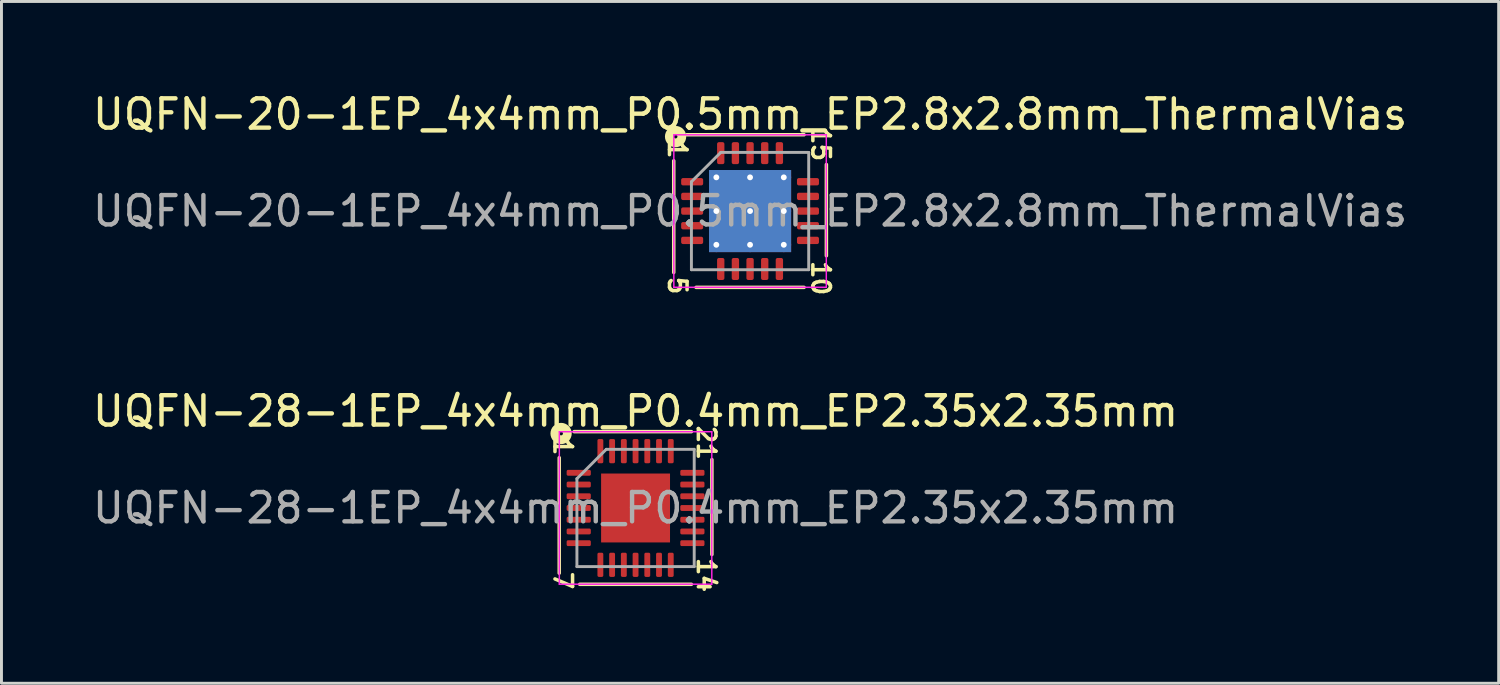
<source format=kicad_pcb>
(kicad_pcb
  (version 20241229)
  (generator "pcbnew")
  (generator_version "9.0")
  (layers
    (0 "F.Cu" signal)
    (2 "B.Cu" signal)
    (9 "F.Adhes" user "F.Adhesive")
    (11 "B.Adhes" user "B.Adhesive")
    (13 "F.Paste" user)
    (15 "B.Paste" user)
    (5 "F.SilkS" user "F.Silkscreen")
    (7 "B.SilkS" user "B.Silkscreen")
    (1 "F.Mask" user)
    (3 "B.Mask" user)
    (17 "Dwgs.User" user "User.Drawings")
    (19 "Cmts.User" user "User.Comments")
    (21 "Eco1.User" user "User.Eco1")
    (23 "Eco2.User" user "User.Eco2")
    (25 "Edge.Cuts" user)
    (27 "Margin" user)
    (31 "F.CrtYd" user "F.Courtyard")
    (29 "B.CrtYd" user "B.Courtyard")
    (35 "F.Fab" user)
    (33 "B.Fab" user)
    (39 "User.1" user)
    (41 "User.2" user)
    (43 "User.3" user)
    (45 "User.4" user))
  (footprint "UQFN-28-1EP_4x4mm_P0.4mm_EP2.35x2.35mm"
    (layer "F.Cu")
    (at 18.625 14.274)
    (property "Reference" "UQFN-28-1EP_4x4mm_P0.4mm_EP2.35x2.35mm" (at 0 -3.3 0) (layer "F.SilkS") (effects (font (size 1 1) (thickness 0.15))))
    (attr smd)
    (fp_line (start -2.603 -1.714) (end -2.603 2.223) (stroke (width 0.12) (type solid)) (layer "F.SilkS"))
    (fp_line (start -1.905 2.603) (end 1.905 2.603) (stroke (width 0.12) (type solid)) (layer "F.SilkS"))
    (fp_line (start 1.905 -2.603) (end -2.095 -2.603) (stroke (width 0.12) (type solid)) (layer "F.SilkS"))
    (fp_line (start 2.603 1.587) (end 2.603 -1.651) (stroke (width 0.12) (type solid)) (layer "F.SilkS"))
    (fp_circle (center -2.54 -2.54) (end -2.477 -2.54) (stroke (width 0.3) (type solid)) (fill no) (layer "F.SilkS"))
    (fp_line (start -2.6 -2.6) (end -2.6 2.6) (stroke (width 0.05) (type solid)) (layer "F.CrtYd"))
    (fp_line (start -2.6 2.6) (end 2.6 2.6) (stroke (width 0.05) (type solid)) (layer "F.CrtYd"))
    (fp_line (start 2.6 -2.6) (end -2.6 -2.6) (stroke (width 0.05) (type solid)) (layer "F.CrtYd"))
    (fp_line (start 2.6 2.6) (end 2.6 -2.6) (stroke (width 0.05) (type solid)) (layer "F.CrtYd"))
    (fp_line (start -2 -1) (end -1 -2) (stroke (width 0.1) (type solid)) (layer "F.Fab"))
    (fp_line (start -2 2) (end -2 -1) (stroke (width 0.1) (type solid)) (layer "F.Fab"))
    (fp_line (start -1 -2) (end 2 -2) (stroke (width 0.1) (type solid)) (layer "F.Fab"))
    (fp_line (start 2 -2) (end 2 2) (stroke (width 0.1) (type solid)) (layer "F.Fab"))
    (fp_line (start 2 2) (end -2 2) (stroke (width 0.1) (type solid)) (layer "F.Fab"))
    (fp_text user "1" (at -2.477 -2.095 270) (unlocked yes) (layer "F.SilkS") (effects (font (size 0.6 0.6) (thickness 0.12))))
    (fp_text user "21" (at 2.413 -2.223 270) (unlocked yes) (layer "F.SilkS") (effects (font (size 0.6 0.6) (thickness 0.12))))
    (fp_text user "14" (at 2.413 2.286 270) (unlocked yes) (layer "F.SilkS") (effects (font (size 0.6 0.6) (thickness 0.12))))
    (fp_text user "7" (at -2.477 2.477 270) (unlocked yes) (layer "F.SilkS") (effects (font (size 0.6 0.6) (thickness 0.12))))
    (fp_text user "${REFERENCE}" (at 0 0 0) (layer "F.Fab") (effects (font (size 1 1) (thickness 0.15))))
    (pad "" smd roundrect (at -0.59 -0.59) (size 0.95 0.95) (layers "F.Paste") (roundrect_rratio 0.25))
    (pad "" smd roundrect (at -0.59 0.59) (size 0.95 0.95) (layers "F.Paste") (roundrect_rratio 0.25))
    (pad "" smd roundrect (at 0.59 -0.59) (size 0.95 0.95) (layers "F.Paste") (roundrect_rratio 0.25))
    (pad "" smd roundrect (at 0.59 0.59) (size 0.95 0.95) (layers "F.Paste") (roundrect_rratio 0.25))
    (pad "1" smd roundrect (at -1.938 -1.2) (size 0.825 0.2) (layers "F.Cu" "F.Mask" "F.Paste") (roundrect_rratio 0.25))
    (pad "2" smd roundrect (at -1.938 -0.8) (size 0.825 0.2) (layers "F.Cu" "F.Mask" "F.Paste") (roundrect_rratio 0.25))
    (pad "3" smd roundrect (at -1.938 -0.4) (size 0.825 0.2) (layers "F.Cu" "F.Mask" "F.Paste") (roundrect_rratio 0.25))
    (pad "4" smd roundrect (at -1.938 0) (size 0.825 0.2) (layers "F.Cu" "F.Mask" "F.Paste") (roundrect_rratio 0.25))
    (pad "5" smd roundrect (at -1.938 0.4) (size 0.825 0.2) (layers "F.Cu" "F.Mask" "F.Paste") (roundrect_rratio 0.25))
    (pad "6" smd roundrect (at -1.938 0.8) (size 0.825 0.2) (layers "F.Cu" "F.Mask" "F.Paste") (roundrect_rratio 0.25))
    (pad "7" smd roundrect (at -1.938 1.2) (size 0.825 0.2) (layers "F.Cu" "F.Mask" "F.Paste") (roundrect_rratio 0.25))
    (pad "8" smd roundrect (at -1.2 1.938) (size 0.2 0.825) (layers "F.Cu" "F.Mask" "F.Paste") (roundrect_rratio 0.25))
    (pad "9" smd roundrect (at -0.8 1.938) (size 0.2 0.825) (layers "F.Cu" "F.Mask" "F.Paste") (roundrect_rratio 0.25))
    (pad "10" smd roundrect (at -0.4 1.938) (size 0.2 0.825) (layers "F.Cu" "F.Mask" "F.Paste") (roundrect_rratio 0.25))
    (pad "11" smd roundrect (at 0 1.938) (size 0.2 0.825) (layers "F.Cu" "F.Mask" "F.Paste") (roundrect_rratio 0.25))
    (pad "12" smd roundrect (at 0.4 1.938) (size 0.2 0.825) (layers "F.Cu" "F.Mask" "F.Paste") (roundrect_rratio 0.25))
    (pad "13" smd roundrect (at 0.8 1.938) (size 0.2 0.825) (layers "F.Cu" "F.Mask" "F.Paste") (roundrect_rratio 0.25))
    (pad "14" smd roundrect (at 1.2 1.938) (size 0.2 0.825) (layers "F.Cu" "F.Mask" "F.Paste") (roundrect_rratio 0.25))
    (pad "15" smd roundrect (at 1.938 1.2) (size 0.825 0.2) (layers "F.Cu" "F.Mask" "F.Paste") (roundrect_rratio 0.25))
    (pad "16" smd roundrect (at 1.938 0.8) (size 0.825 0.2) (layers "F.Cu" "F.Mask" "F.Paste") (roundrect_rratio 0.25))
    (pad "17" smd roundrect (at 1.938 0.4) (size 0.825 0.2) (layers "F.Cu" "F.Mask" "F.Paste") (roundrect_rratio 0.25))
    (pad "18" smd roundrect (at 1.938 0) (size 0.825 0.2) (layers "F.Cu" "F.Mask" "F.Paste") (roundrect_rratio 0.25))
    (pad "19" smd roundrect (at 1.938 -0.4) (size 0.825 0.2) (layers "F.Cu" "F.Mask" "F.Paste") (roundrect_rratio 0.25))
    (pad "20" smd roundrect (at 1.938 -0.8) (size 0.825 0.2) (layers "F.Cu" "F.Mask" "F.Paste") (roundrect_rratio 0.25))
    (pad "21" smd roundrect (at 1.938 -1.2) (size 0.825 0.2) (layers "F.Cu" "F.Mask" "F.Paste") (roundrect_rratio 0.25))
    (pad "22" smd roundrect (at 1.2 -1.938) (size 0.2 0.825) (layers "F.Cu" "F.Mask" "F.Paste") (roundrect_rratio 0.25))
    (pad "23" smd roundrect (at 0.8 -1.938) (size 0.2 0.825) (layers "F.Cu" "F.Mask" "F.Paste") (roundrect_rratio 0.25))
    (pad "24" smd roundrect (at 0.4 -1.938) (size 0.2 0.825) (layers "F.Cu" "F.Mask" "F.Paste") (roundrect_rratio 0.25))
    (pad "25" smd roundrect (at 0 -1.938) (size 0.2 0.825) (layers "F.Cu" "F.Mask" "F.Paste") (roundrect_rratio 0.25))
    (pad "26" smd roundrect (at -0.4 -1.938) (size 0.2 0.825) (layers "F.Cu" "F.Mask" "F.Paste") (roundrect_rratio 0.25))
    (pad "27" smd roundrect (at -0.8 -1.938) (size 0.2 0.825) (layers "F.Cu" "F.Mask" "F.Paste") (roundrect_rratio 0.25))
    (pad "28" smd roundrect (at -1.2 -1.938) (size 0.2 0.825) (layers "F.Cu" "F.Mask" "F.Paste") (roundrect_rratio 0.25))
    (pad "29" smd rect (at 0 0) (size 2.35 2.35) (layers "F.Cu" "F.Mask")))
  (footprint "UQFN-20-1EP_4x4mm_P0.5mm_EP2.8x2.8mm_ThermalVias"
    (layer "F.Cu")
    (at 22.53 4.148)
    (property "Reference" "UQFN-20-1EP_4x4mm_P0.5mm_EP2.8x2.8mm_ThermalVias" (at 0 -3.3 0) (layer "F.SilkS") (effects (font (size 1 1) (thickness 0.15))))
    (attr smd)
    (fp_line (start -2.603 -1.714) (end -2.603 2.095) (stroke (width 0.12) (type solid)) (layer "F.SilkS"))
    (fp_line (start -1.841 2.603) (end 1.841 2.603) (stroke (width 0.12) (type solid)) (layer "F.SilkS"))
    (fp_line (start 1.841 -2.603) (end -2.159 -2.603) (stroke (width 0.12) (type solid)) (layer "F.SilkS"))
    (fp_line (start 2.603 1.524) (end 2.603 -1.587) (stroke (width 0.12) (type solid)) (layer "F.SilkS"))
    (fp_circle (center -2.54 -2.54) (end -2.477 -2.54) (stroke (width 0.3) (type solid)) (fill no) (layer "F.SilkS"))
    (fp_line (start -2.6 -2.6) (end -2.6 2.6) (stroke (width 0.05) (type solid)) (layer "F.CrtYd"))
    (fp_line (start -2.6 2.6) (end 2.6 2.6) (stroke (width 0.05) (type solid)) (layer "F.CrtYd"))
    (fp_line (start 2.6 -2.6) (end -2.6 -2.6) (stroke (width 0.05) (type solid)) (layer "F.CrtYd"))
    (fp_line (start 2.6 2.6) (end 2.6 -2.6) (stroke (width 0.05) (type solid)) (layer "F.CrtYd"))
    (fp_line (start -2 -1) (end -1 -2) (stroke (width 0.1) (type solid)) (layer "F.Fab"))
    (fp_line (start -2 2) (end -2 -1) (stroke (width 0.1) (type solid)) (layer "F.Fab"))
    (fp_line (start -1 -2) (end 2 -2) (stroke (width 0.1) (type solid)) (layer "F.Fab"))
    (fp_line (start 2 -2) (end 2 2) (stroke (width 0.1) (type solid)) (layer "F.Fab"))
    (fp_line (start 2 2) (end -2 2) (stroke (width 0.1) (type solid)) (layer "F.Fab"))
    (fp_text user "1" (at -2.477 -2.095 270) (unlocked yes) (layer "F.SilkS") (effects (font (size 0.6 0.6) (thickness 0.12))))
    (fp_text user "5" (at -2.477 2.54 270) (unlocked yes) (layer "F.SilkS") (effects (font (size 0.6 0.6) (thickness 0.12))))
    (fp_text user "10" (at 2.413 2.286 270) (unlocked yes) (layer "F.SilkS") (effects (font (size 0.6 0.6) (thickness 0.12))))
    (fp_text user "15" (at 2.413 -2.286 270) (unlocked yes) (layer "F.SilkS") (effects (font (size 0.6 0.6) (thickness 0.12))))
    (fp_text user "${REFERENCE}" (at 0 0 0) (layer "F.Fab") (effects (font (size 1 1) (thickness 0.15))))
    (pad "" smd roundrect (at -0.7 -0.7) (size 1.17 1.17) (layers "F.Paste") (roundrect_rratio 0.214))
    (pad "" smd roundrect (at -0.7 0.7) (size 1.17 1.17) (layers "F.Paste") (roundrect_rratio 0.214))
    (pad "" smd roundrect (at 0.7 -0.7) (size 1.17 1.17) (layers "F.Paste") (roundrect_rratio 0.214))
    (pad "" smd roundrect (at 0.7 0.7) (size 1.17 1.17) (layers "F.Paste") (roundrect_rratio 0.214))
    (pad "1" smd roundrect (at -1.975 -1) (size 0.75 0.25) (layers "F.Cu" "F.Mask" "F.Paste") (roundrect_rratio 0.25))
    (pad "2" smd roundrect (at -1.975 -0.5) (size 0.75 0.25) (layers "F.Cu" "F.Mask" "F.Paste") (roundrect_rratio 0.25))
    (pad "3" smd roundrect (at -1.975 0) (size 0.75 0.25) (layers "F.Cu" "F.Mask" "F.Paste") (roundrect_rratio 0.25))
    (pad "4" smd roundrect (at -1.975 0.5) (size 0.75 0.25) (layers "F.Cu" "F.Mask" "F.Paste") (roundrect_rratio 0.25))
    (pad "5" smd roundrect (at -1.975 1) (size 0.75 0.25) (layers "F.Cu" "F.Mask" "F.Paste") (roundrect_rratio 0.25))
    (pad "6" smd roundrect (at -1 1.975) (size 0.25 0.75) (layers "F.Cu" "F.Mask" "F.Paste") (roundrect_rratio 0.25))
    (pad "7" smd roundrect (at -0.5 1.975) (size 0.25 0.75) (layers "F.Cu" "F.Mask" "F.Paste") (roundrect_rratio 0.25))
    (pad "8" smd roundrect (at 0 1.975) (size 0.25 0.75) (layers "F.Cu" "F.Mask" "F.Paste") (roundrect_rratio 0.25))
    (pad "9" smd roundrect (at 0.5 1.975) (size 0.25 0.75) (layers "F.Cu" "F.Mask" "F.Paste") (roundrect_rratio 0.25))
    (pad "10" smd roundrect (at 1 1.975) (size 0.25 0.75) (layers "F.Cu" "F.Mask" "F.Paste") (roundrect_rratio 0.25))
    (pad "11" smd roundrect (at 1.975 1) (size 0.75 0.25) (layers "F.Cu" "F.Mask" "F.Paste") (roundrect_rratio 0.25))
    (pad "12" smd roundrect (at 1.975 0.5) (size 0.75 0.25) (layers "F.Cu" "F.Mask" "F.Paste") (roundrect_rratio 0.25))
    (pad "13" smd roundrect (at 1.975 0) (size 0.75 0.25) (layers "F.Cu" "F.Mask" "F.Paste") (roundrect_rratio 0.25))
    (pad "14" smd roundrect (at 1.975 -0.5) (size 0.75 0.25) (layers "F.Cu" "F.Mask" "F.Paste") (roundrect_rratio 0.25))
    (pad "15" smd roundrect (at 1.975 -1) (size 0.75 0.25) (layers "F.Cu" "F.Mask" "F.Paste") (roundrect_rratio 0.25))
    (pad "16" smd roundrect (at 1 -1.975) (size 0.25 0.75) (layers "F.Cu" "F.Mask" "F.Paste") (roundrect_rratio 0.25))
    (pad "17" smd roundrect (at 0.5 -1.975) (size 0.25 0.75) (layers "F.Cu" "F.Mask" "F.Paste") (roundrect_rratio 0.25))
    (pad "18" smd roundrect (at 0 -1.975) (size 0.25 0.75) (layers "F.Cu" "F.Mask" "F.Paste") (roundrect_rratio 0.25))
    (pad "19" smd roundrect (at -0.5 -1.975) (size 0.25 0.75) (layers "F.Cu" "F.Mask" "F.Paste") (roundrect_rratio 0.25))
    (pad "20" smd roundrect (at -1 -1.975) (size 0.25 0.75) (layers "F.Cu" "F.Mask" "F.Paste") (roundrect_rratio 0.25))
    (pad "21" thru_hole circle (at -1.15 -1.15) (size 0.5 0.5) (drill 0.2) (layers "*.Cu"))
    (pad "21" thru_hole circle (at -1.15 0) (size 0.5 0.5) (drill 0.2) (layers "*.Cu"))
    (pad "21" thru_hole circle (at -1.15 1.15) (size 0.5 0.5) (drill 0.2) (layers "*.Cu"))
    (pad "21" thru_hole circle (at 0 -1.15) (size 0.5 0.5) (drill 0.2) (layers "*.Cu"))
    (pad "21" thru_hole circle (at 0 0) (size 0.5 0.5) (drill 0.2) (layers "*.Cu"))
    (pad "21" smd rect (at 0 0) (size 2.8 2.8) (layers "F.Cu" "F.Mask"))
    (pad "21" smd rect (at 0 0) (size 2.8 2.8) (layers "B.Cu" "B.Mask"))
    (pad "21" thru_hole circle (at 0 1.15) (size 0.5 0.5) (drill 0.2) (layers "*.Cu"))
    (pad "21" thru_hole circle (at 1.15 -1.15) (size 0.5 0.5) (drill 0.2) (layers "*.Cu"))
    (pad "21" thru_hole circle (at 1.15 0) (size 0.5 0.5) (drill 0.2) (layers "*.Cu"))
    (pad "21" thru_hole circle (at 1.15 1.15) (size 0.5 0.5) (drill 0.2) (layers "*.Cu")))
  (gr_rect
    (start -3 -3)
    (end 48.06 20.251)
    (stroke (width 0.1) (type default))
    (fill no)
    (layer "Edge.Cuts")))
</source>
